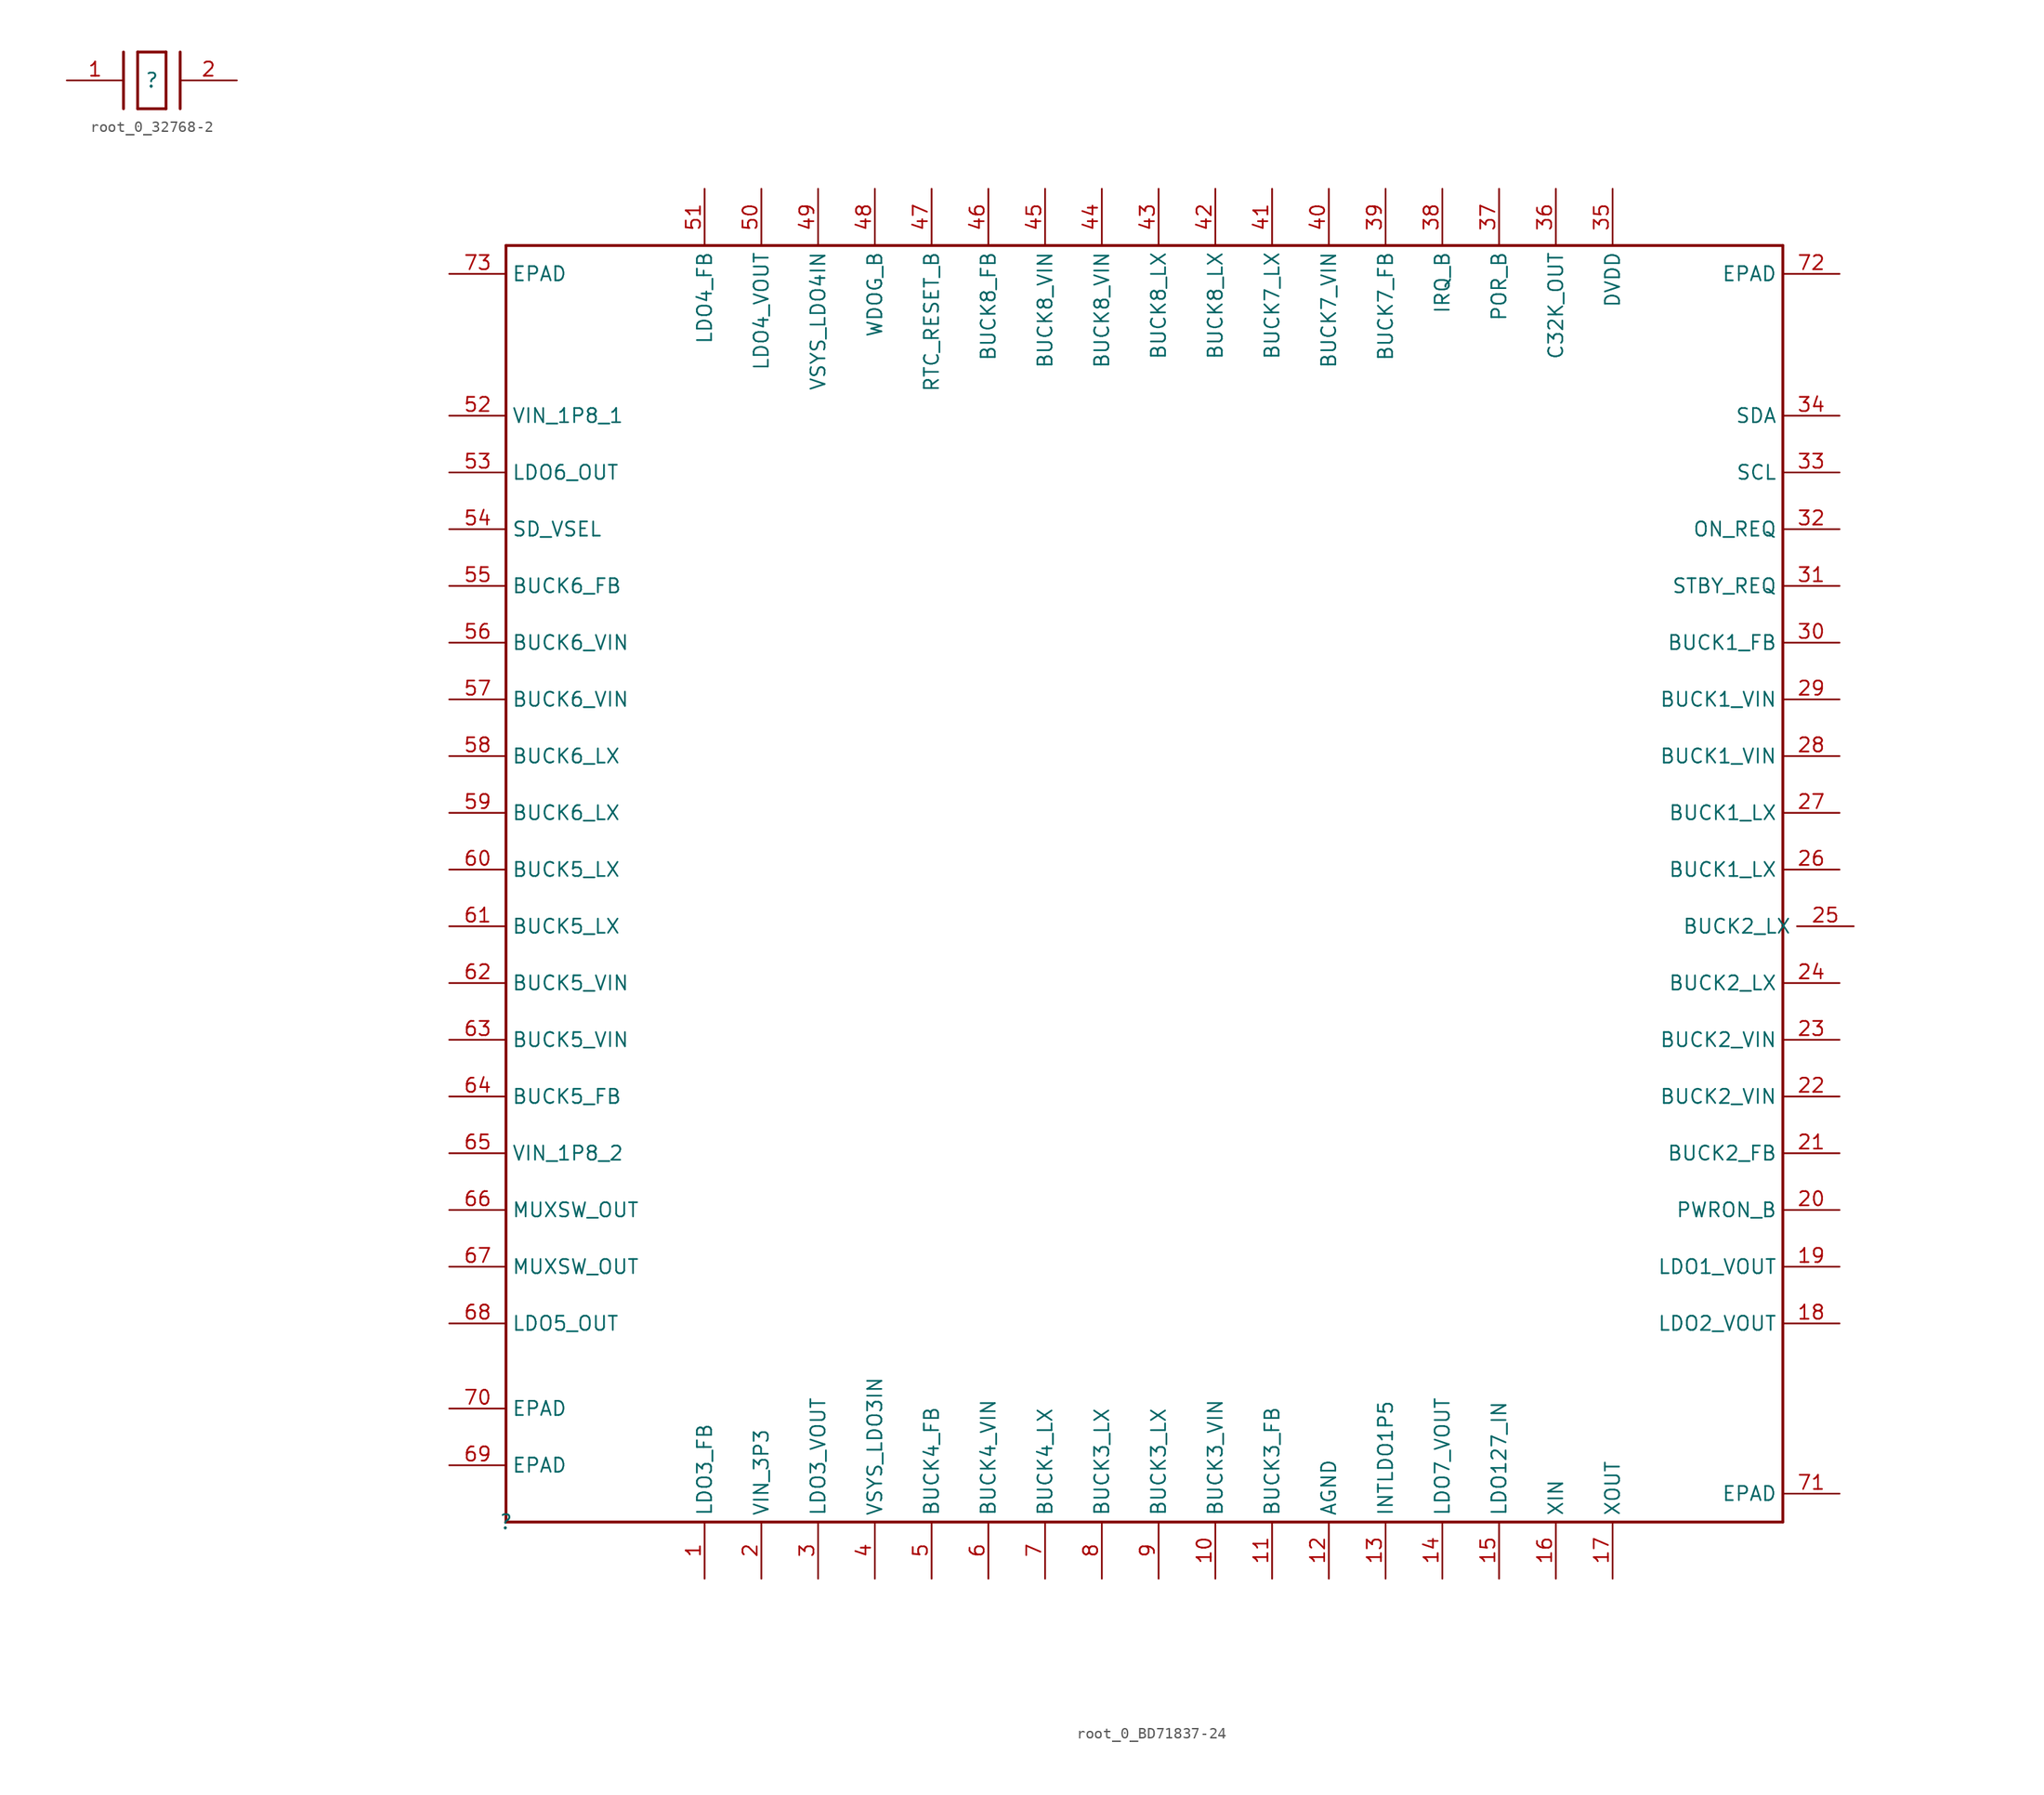
<source format=kicad_sym>
(kicad_symbol_lib
  (version 20220914)
  (generator kicad_symbol_editor)
  (symbol "root_0_32768-2"
    (property "Reference" ""
      (at 0 0 0)
      (effects (font (size 1.27 1.27))))
    (property "Value" ""
      (at 0 0 0)
      (effects (font (size 1.27 1.27))))
    (symbol "root_0_32768-2_1_0"
      (polyline (pts (xy -2.54 2.54) (xy -2.54 -2.54)) (stroke (width 0.254) (type solid)) (fill (type none)))
      (polyline (pts (xy -1.27 -2.54) (xy 1.27 -2.54)) (stroke (width 0.254) (type solid)) (fill (type none)))
      (polyline (pts (xy -1.27 2.54) (xy -1.27 -2.54)) (stroke (width 0.254) (type solid)) (fill (type none)))
      (polyline (pts (xy 1.27 -2.54) (xy 1.27 2.54)) (stroke (width 0.254) (type solid)) (fill (type none)))
      (polyline (pts (xy 1.27 2.54) (xy -1.27 2.54)) (stroke (width 0.254) (type solid)) (fill (type none)))
      (polyline (pts (xy 2.54 2.54) (xy 2.54 -2.54)) (stroke (width 0.254) (type solid)) (fill (type none)))
      (pin passive line (at -7.62 0 0) (length 5.08) (name "1" (effects (font (size 0 0)))) (number "1" (effects (font (size 1.27 1.27)))))
      (pin passive line (at 7.62 0 180) (length 5.08) (name "2" (effects (font (size 0 0)))) (number "2" (effects (font (size 1.27 1.27)))))))
  (symbol "root_0_BD71837-24"
    (property "Reference" ""
      (at 0 0 0)
      (effects (font (size 1.27 1.27))))
    (property "Value" ""
      (at 0 0 0)
      (effects (font (size 1.27 1.27))))
    (symbol "root_0_BD71837-24_1_0"
      (polyline (pts (xy 0 0) (xy 0 114.3)) (stroke (width 0.254) (type solid)) (fill (type none)))
      (polyline (pts (xy 0 114.3) (xy 114.3 114.3)) (stroke (width 0.254) (type solid)) (fill (type none)))
      (polyline (pts (xy 114.3 0) (xy 0 0)) (stroke (width 0.254) (type solid)) (fill (type none)))
      (polyline (pts (xy 114.3 114.3) (xy 114.3 0)) (stroke (width 0.254) (type solid)) (fill (type none)))
      (pin passive line (at 17.78 -5.08 90) (length 5.08) (name "LDO3_FB" (effects (font (size 1.27 1.27)))) (number "1" (effects (font (size 1.27 1.27)))))
      (pin passive line (at 63.5 -5.08 90) (length 5.08) (name "BUCK3_VIN" (effects (font (size 1.27 1.27)))) (number "10" (effects (font (size 1.27 1.27)))))
      (pin passive line (at 68.58 -5.08 90) (length 5.08) (name "BUCK3_FB" (effects (font (size 1.27 1.27)))) (number "11" (effects (font (size 1.27 1.27)))))
      (pin passive line (at 73.66 -5.08 90) (length 5.08) (name "AGND" (effects (font (size 1.27 1.27)))) (number "12" (effects (font (size 1.27 1.27)))))
      (pin passive line (at 78.74 -5.08 90) (length 5.08) (name "INTLDO1P5" (effects (font (size 1.27 1.27)))) (number "13" (effects (font (size 1.27 1.27)))))
      (pin passive line (at 83.82 -5.08 90) (length 5.08) (name "LDO7_VOUT" (effects (font (size 1.27 1.27)))) (number "14" (effects (font (size 1.27 1.27)))))
      (pin passive line (at 88.9 -5.08 90) (length 5.08) (name "LDO127_IN" (effects (font (size 1.27 1.27)))) (number "15" (effects (font (size 1.27 1.27)))))
      (pin passive line (at 93.98 -5.08 90) (length 5.08) (name "XIN" (effects (font (size 1.27 1.27)))) (number "16" (effects (font (size 1.27 1.27)))))
      (pin passive line (at 99.06 -5.08 90) (length 5.08) (name "XOUT" (effects (font (size 1.27 1.27)))) (number "17" (effects (font (size 1.27 1.27)))))
      (pin passive line (at 119.38 17.78 180) (length 5.08) (name "LDO2_VOUT" (effects (font (size 1.27 1.27)))) (number "18" (effects (font (size 1.27 1.27)))))
      (pin passive line (at 119.38 22.86 180) (length 5.08) (name "LDO1_VOUT" (effects (font (size 1.27 1.27)))) (number "19" (effects (font (size 1.27 1.27)))))
      (pin passive line (at 22.86 -5.08 90) (length 5.08) (name "VIN_3P3" (effects (font (size 1.27 1.27)))) (number "2" (effects (font (size 1.27 1.27)))))
      (pin passive line (at 119.38 27.94 180) (length 5.08) (name "PWRON_B" (effects (font (size 1.27 1.27)))) (number "20" (effects (font (size 1.27 1.27)))))
      (pin passive line (at 119.38 33.02 180) (length 5.08) (name "BUCK2_FB" (effects (font (size 1.27 1.27)))) (number "21" (effects (font (size 1.27 1.27)))))
      (pin passive line (at 119.38 38.1 180) (length 5.08) (name "BUCK2_VIN" (effects (font (size 1.27 1.27)))) (number "22" (effects (font (size 1.27 1.27)))))
      (pin passive line (at 119.38 43.18 180) (length 5.08) (name "BUCK2_VIN" (effects (font (size 1.27 1.27)))) (number "23" (effects (font (size 1.27 1.27)))))
      (pin passive line (at 119.38 48.26 180) (length 5.08) (name "BUCK2_LX" (effects (font (size 1.27 1.27)))) (number "24" (effects (font (size 1.27 1.27)))))
      (pin passive line (at 120.65 53.34 180) (length 5.08) (name "BUCK2_LX" (effects (font (size 1.27 1.27)))) (number "25" (effects (font (size 1.27 1.27)))))
      (pin passive line (at 119.38 58.42 180) (length 5.08) (name "BUCK1_LX" (effects (font (size 1.27 1.27)))) (number "26" (effects (font (size 1.27 1.27)))))
      (pin passive line (at 119.38 63.5 180) (length 5.08) (name "BUCK1_LX" (effects (font (size 1.27 1.27)))) (number "27" (effects (font (size 1.27 1.27)))))
      (pin passive line (at 119.38 68.58 180) (length 5.08) (name "BUCK1_VIN" (effects (font (size 1.27 1.27)))) (number "28" (effects (font (size 1.27 1.27)))))
      (pin passive line (at 119.38 73.66 180) (length 5.08) (name "BUCK1_VIN" (effects (font (size 1.27 1.27)))) (number "29" (effects (font (size 1.27 1.27)))))
      (pin passive line (at 27.94 -5.08 90) (length 5.08) (name "LDO3_VOUT" (effects (font (size 1.27 1.27)))) (number "3" (effects (font (size 1.27 1.27)))))
      (pin passive line (at 119.38 78.74 180) (length 5.08) (name "BUCK1_FB" (effects (font (size 1.27 1.27)))) (number "30" (effects (font (size 1.27 1.27)))))
      (pin passive line (at 119.38 83.82 180) (length 5.08) (name "STBY_REQ" (effects (font (size 1.27 1.27)))) (number "31" (effects (font (size 1.27 1.27)))))
      (pin passive line (at 119.38 88.9 180) (length 5.08) (name "ON_REQ" (effects (font (size 1.27 1.27)))) (number "32" (effects (font (size 1.27 1.27)))))
      (pin passive line (at 119.38 93.98 180) (length 5.08) (name "SCL" (effects (font (size 1.27 1.27)))) (number "33" (effects (font (size 1.27 1.27)))))
      (pin passive line (at 119.38 99.06 180) (length 5.08) (name "SDA" (effects (font (size 1.27 1.27)))) (number "34" (effects (font (size 1.27 1.27)))))
      (pin passive line (at 99.06 119.38 270) (length 5.08) (name "DVDD" (effects (font (size 1.27 1.27)))) (number "35" (effects (font (size 1.27 1.27)))))
      (pin passive line (at 93.98 119.38 270) (length 5.08) (name "C32K_OUT" (effects (font (size 1.27 1.27)))) (number "36" (effects (font (size 1.27 1.27)))))
      (pin passive line (at 88.9 119.38 270) (length 5.08) (name "POR_B" (effects (font (size 1.27 1.27)))) (number "37" (effects (font (size 1.27 1.27)))))
      (pin passive line (at 83.82 119.38 270) (length 5.08) (name "IRQ_B" (effects (font (size 1.27 1.27)))) (number "38" (effects (font (size 1.27 1.27)))))
      (pin passive line (at 78.74 119.38 270) (length 5.08) (name "BUCK7_FB" (effects (font (size 1.27 1.27)))) (number "39" (effects (font (size 1.27 1.27)))))
      (pin passive line (at 33.02 -5.08 90) (length 5.08) (name "VSYS_LDO3IN" (effects (font (size 1.27 1.27)))) (number "4" (effects (font (size 1.27 1.27)))))
      (pin passive line (at 73.66 119.38 270) (length 5.08) (name "BUCK7_VIN" (effects (font (size 1.27 1.27)))) (number "40" (effects (font (size 1.27 1.27)))))
      (pin passive line (at 68.58 119.38 270) (length 5.08) (name "BUCK7_LX" (effects (font (size 1.27 1.27)))) (number "41" (effects (font (size 1.27 1.27)))))
      (pin passive line (at 63.5 119.38 270) (length 5.08) (name "BUCK8_LX" (effects (font (size 1.27 1.27)))) (number "42" (effects (font (size 1.27 1.27)))))
      (pin passive line (at 58.42 119.38 270) (length 5.08) (name "BUCK8_LX" (effects (font (size 1.27 1.27)))) (number "43" (effects (font (size 1.27 1.27)))))
      (pin passive line (at 53.34 119.38 270) (length 5.08) (name "BUCK8_VIN" (effects (font (size 1.27 1.27)))) (number "44" (effects (font (size 1.27 1.27)))))
      (pin passive line (at 48.26 119.38 270) (length 5.08) (name "BUCK8_VIN" (effects (font (size 1.27 1.27)))) (number "45" (effects (font (size 1.27 1.27)))))
      (pin passive line (at 43.18 119.38 270) (length 5.08) (name "BUCK8_FB" (effects (font (size 1.27 1.27)))) (number "46" (effects (font (size 1.27 1.27)))))
      (pin passive line (at 38.1 119.38 270) (length 5.08) (name "RTC_RESET_B" (effects (font (size 1.27 1.27)))) (number "47" (effects (font (size 1.27 1.27)))))
      (pin passive line (at 33.02 119.38 270) (length 5.08) (name "WDOG_B" (effects (font (size 1.27 1.27)))) (number "48" (effects (font (size 1.27 1.27)))))
      (pin passive line (at 27.94 119.38 270) (length 5.08) (name "VSYS_LDO4IN" (effects (font (size 1.27 1.27)))) (number "49" (effects (font (size 1.27 1.27)))))
      (pin passive line (at 38.1 -5.08 90) (length 5.08) (name "BUCK4_FB" (effects (font (size 1.27 1.27)))) (number "5" (effects (font (size 1.27 1.27)))))
      (pin passive line (at 22.86 119.38 270) (length 5.08) (name "LDO4_VOUT" (effects (font (size 1.27 1.27)))) (number "50" (effects (font (size 1.27 1.27)))))
      (pin passive line (at 17.78 119.38 270) (length 5.08) (name "LDO4_FB" (effects (font (size 1.27 1.27)))) (number "51" (effects (font (size 1.27 1.27)))))
      (pin passive line (at -5.08 99.06 0) (length 5.08) (name "VIN_1P8_1" (effects (font (size 1.27 1.27)))) (number "52" (effects (font (size 1.27 1.27)))))
      (pin passive line (at -5.08 93.98 0) (length 5.08) (name "LDO6_OUT" (effects (font (size 1.27 1.27)))) (number "53" (effects (font (size 1.27 1.27)))))
      (pin passive line (at -5.08 88.9 0) (length 5.08) (name "SD_VSEL" (effects (font (size 1.27 1.27)))) (number "54" (effects (font (size 1.27 1.27)))))
      (pin passive line (at -5.08 83.82 0) (length 5.08) (name "BUCK6_FB" (effects (font (size 1.27 1.27)))) (number "55" (effects (font (size 1.27 1.27)))))
      (pin passive line (at -5.08 78.74 0) (length 5.08) (name "BUCK6_VIN" (effects (font (size 1.27 1.27)))) (number "56" (effects (font (size 1.27 1.27)))))
      (pin passive line (at -5.08 73.66 0) (length 5.08) (name "BUCK6_VIN" (effects (font (size 1.27 1.27)))) (number "57" (effects (font (size 1.27 1.27)))))
      (pin passive line (at -5.08 68.58 0) (length 5.08) (name "BUCK6_LX" (effects (font (size 1.27 1.27)))) (number "58" (effects (font (size 1.27 1.27)))))
      (pin passive line (at -5.08 63.5 0) (length 5.08) (name "BUCK6_LX" (effects (font (size 1.27 1.27)))) (number "59" (effects (font (size 1.27 1.27)))))
      (pin passive line (at 43.18 -5.08 90) (length 5.08) (name "BUCK4_VIN" (effects (font (size 1.27 1.27)))) (number "6" (effects (font (size 1.27 1.27)))))
      (pin passive line (at -5.08 58.42 0) (length 5.08) (name "BUCK5_LX" (effects (font (size 1.27 1.27)))) (number "60" (effects (font (size 1.27 1.27)))))
      (pin passive line (at -5.08 53.34 0) (length 5.08) (name "BUCK5_LX" (effects (font (size 1.27 1.27)))) (number "61" (effects (font (size 1.27 1.27)))))
      (pin passive line (at -5.08 48.26 0) (length 5.08) (name "BUCK5_VIN" (effects (font (size 1.27 1.27)))) (number "62" (effects (font (size 1.27 1.27)))))
      (pin passive line (at -5.08 43.18 0) (length 5.08) (name "BUCK5_VIN" (effects (font (size 1.27 1.27)))) (number "63" (effects (font (size 1.27 1.27)))))
      (pin passive line (at -5.08 38.1 0) (length 5.08) (name "BUCK5_FB" (effects (font (size 1.27 1.27)))) (number "64" (effects (font (size 1.27 1.27)))))
      (pin passive line (at -5.08 33.02 0) (length 5.08) (name "VIN_1P8_2" (effects (font (size 1.27 1.27)))) (number "65" (effects (font (size 1.27 1.27)))))
      (pin passive line (at -5.08 27.94 0) (length 5.08) (name "MUXSW_OUT" (effects (font (size 1.27 1.27)))) (number "66" (effects (font (size 1.27 1.27)))))
      (pin passive line (at -5.08 22.86 0) (length 5.08) (name "MUXSW_OUT" (effects (font (size 1.27 1.27)))) (number "67" (effects (font (size 1.27 1.27)))))
      (pin passive line (at -5.08 17.78 0) (length 5.08) (name "LDO5_OUT" (effects (font (size 1.27 1.27)))) (number "68" (effects (font (size 1.27 1.27)))))
      (pin passive line (at -5.08 5.08 0) (length 5.08) (name "EPAD" (effects (font (size 1.27 1.27)))) (number "69" (effects (font (size 1.27 1.27)))))
      (pin passive line (at 48.26 -5.08 90) (length 5.08) (name "BUCK4_LX" (effects (font (size 1.27 1.27)))) (number "7" (effects (font (size 1.27 1.27)))))
      (pin passive line (at -5.08 10.16 0) (length 5.08) (name "EPAD" (effects (font (size 1.27 1.27)))) (number "70" (effects (font (size 1.27 1.27)))))
      (pin passive line (at 119.38 2.54 180) (length 5.08) (name "EPAD" (effects (font (size 1.27 1.27)))) (number "71" (effects (font (size 1.27 1.27)))))
      (pin passive line (at 119.38 111.76 180) (length 5.08) (name "EPAD" (effects (font (size 1.27 1.27)))) (number "72" (effects (font (size 1.27 1.27)))))
      (pin passive line (at -5.08 111.76 0) (length 5.08) (name "EPAD" (effects (font (size 1.27 1.27)))) (number "73" (effects (font (size 1.27 1.27)))))
      (pin passive line (at 53.34 -5.08 90) (length 5.08) (name "BUCK3_LX" (effects (font (size 1.27 1.27)))) (number "8" (effects (font (size 1.27 1.27)))))
      (pin passive line (at 58.42 -5.08 90) (length 5.08) (name "BUCK3_LX" (effects (font (size 1.27 1.27)))) (number "9" (effects (font (size 1.27 1.27))))))))
</source>
